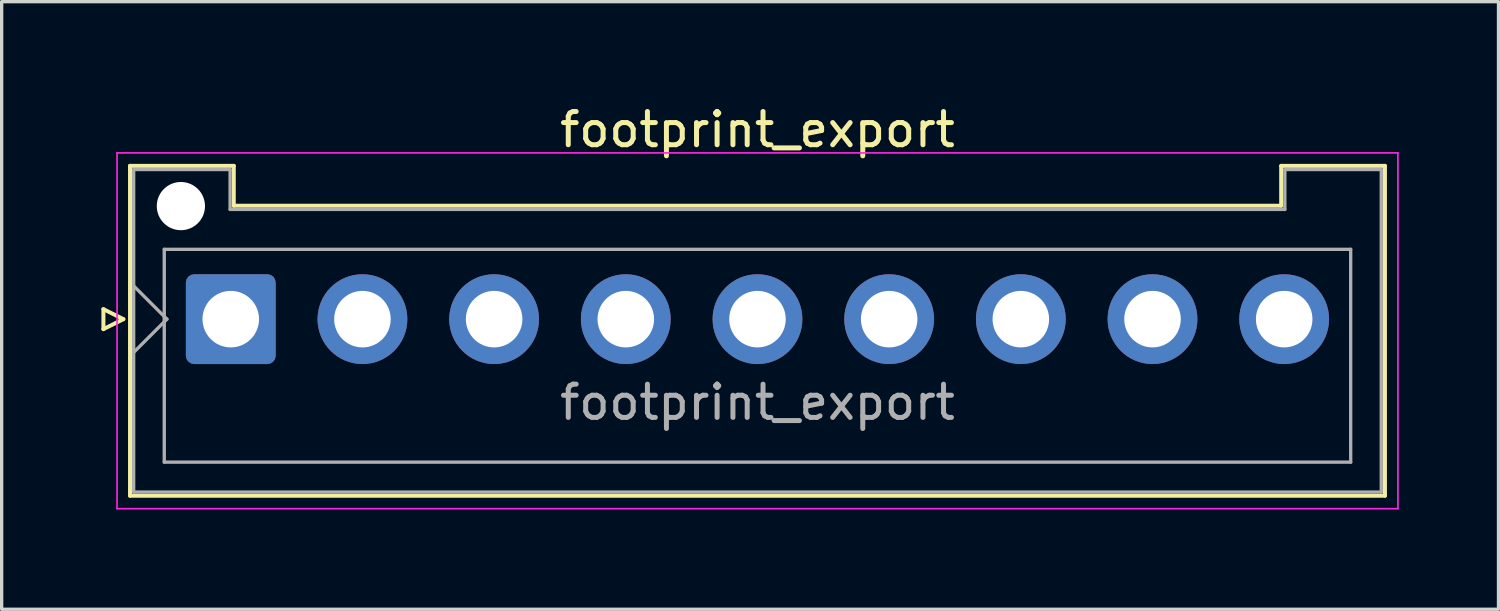
<source format=kicad_pcb>
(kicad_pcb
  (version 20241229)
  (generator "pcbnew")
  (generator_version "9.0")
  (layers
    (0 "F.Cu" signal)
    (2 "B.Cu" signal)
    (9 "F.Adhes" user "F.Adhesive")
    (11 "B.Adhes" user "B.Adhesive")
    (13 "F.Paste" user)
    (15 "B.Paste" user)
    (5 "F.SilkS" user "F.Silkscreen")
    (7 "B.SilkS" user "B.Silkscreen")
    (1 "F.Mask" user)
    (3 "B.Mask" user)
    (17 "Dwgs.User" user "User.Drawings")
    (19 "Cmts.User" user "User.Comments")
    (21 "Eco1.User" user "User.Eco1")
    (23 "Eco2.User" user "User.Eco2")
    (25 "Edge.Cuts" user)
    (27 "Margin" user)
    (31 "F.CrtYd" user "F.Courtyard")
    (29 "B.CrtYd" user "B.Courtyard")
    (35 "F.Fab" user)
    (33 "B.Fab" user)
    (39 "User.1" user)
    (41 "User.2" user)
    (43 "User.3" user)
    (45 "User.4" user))
  (footprint "footprint_export"
    (layer "F.Cu")
    (at 3.89 6.548)
    (property "Reference" "footprint_export" (at 15.84 -5.7 0) (layer "F.SilkS") (effects (font (size 1 1) (thickness 0.15))))
    (attr through_hole)
    (fp_line (start -3.83 -0.3) (end -3.23 0) (stroke (width 0.12) (type solid)) (layer "F.SilkS"))
    (fp_line (start -3.83 0.3) (end -3.83 -0.3) (stroke (width 0.12) (type solid)) (layer "F.SilkS"))
    (fp_line (start -3.23 0) (end -3.83 0.3) (stroke (width 0.12) (type solid)) (layer "F.SilkS"))
    (fp_line (start -3.03 -4.61) (end 0.09 -4.61) (stroke (width 0.12) (type solid)) (layer "F.SilkS"))
    (fp_line (start -3.03 5.31) (end -3.03 -4.61) (stroke (width 0.12) (type solid)) (layer "F.SilkS"))
    (fp_line (start 0.09 -4.61) (end 0.09 -3.41) (stroke (width 0.12) (type solid)) (layer "F.SilkS"))
    (fp_line (start 0.09 -3.41) (end 31.59 -3.41) (stroke (width 0.12) (type solid)) (layer "F.SilkS"))
    (fp_line (start 31.59 -4.61) (end 34.71 -4.61) (stroke (width 0.12) (type solid)) (layer "F.SilkS"))
    (fp_line (start 31.59 -3.41) (end 31.59 -4.61) (stroke (width 0.12) (type solid)) (layer "F.SilkS"))
    (fp_line (start 34.71 -4.61) (end 34.71 5.31) (stroke (width 0.12) (type solid)) (layer "F.SilkS"))
    (fp_line (start 34.71 5.31) (end -3.03 5.31) (stroke (width 0.12) (type solid)) (layer "F.SilkS"))
    (fp_line (start -3.42 -5) (end -3.42 5.7) (stroke (width 0.05) (type solid)) (layer "F.CrtYd"))
    (fp_line (start -3.42 5.7) (end 35.1 5.7) (stroke (width 0.05) (type solid)) (layer "F.CrtYd"))
    (fp_line (start 35.1 -5) (end -3.42 -5) (stroke (width 0.05) (type solid)) (layer "F.CrtYd"))
    (fp_line (start 35.1 5.7) (end 35.1 -5) (stroke (width 0.05) (type solid)) (layer "F.CrtYd"))
    (fp_line (start -2.92 -4.5) (end -0.02 -4.5) (stroke (width 0.1) (type solid)) (layer "F.Fab"))
    (fp_line (start -2.92 -1) (end -1.92 0) (stroke (width 0.1) (type solid)) (layer "F.Fab"))
    (fp_line (start -2.92 1) (end -1.92 0) (stroke (width 0.1) (type solid)) (layer "F.Fab"))
    (fp_line (start -2.92 5.2) (end -2.92 -4.5) (stroke (width 0.1) (type solid)) (layer "F.Fab"))
    (fp_line (start -2 -2.1) (end 33.68 -2.1) (stroke (width 0.1) (type solid)) (layer "F.Fab"))
    (fp_line (start -2 4.3) (end -2 -2.1) (stroke (width 0.1) (type solid)) (layer "F.Fab"))
    (fp_line (start -0.02 -4.5) (end -0.02 -3.3) (stroke (width 0.1) (type solid)) (layer "F.Fab"))
    (fp_line (start -0.02 -3.3) (end 31.7 -3.3) (stroke (width 0.1) (type solid)) (layer "F.Fab"))
    (fp_line (start 31.7 -4.5) (end 34.6 -4.5) (stroke (width 0.1) (type solid)) (layer "F.Fab"))
    (fp_line (start 31.7 -3.3) (end 31.7 -4.5) (stroke (width 0.1) (type solid)) (layer "F.Fab"))
    (fp_line (start 33.68 -2.1) (end 33.68 4.3) (stroke (width 0.1) (type solid)) (layer "F.Fab"))
    (fp_line (start 33.68 4.3) (end -2 4.3) (stroke (width 0.1) (type solid)) (layer "F.Fab"))
    (fp_line (start 34.6 -4.5) (end 34.6 5.2) (stroke (width 0.1) (type solid)) (layer "F.Fab"))
    (fp_line (start 34.6 5.2) (end -2.92 5.2) (stroke (width 0.1) (type solid)) (layer "F.Fab"))
    (fp_text user "${REFERENCE}" (at 15.84 2.5 0) (layer "F.Fab") (effects (font (size 1 1) (thickness 0.15))))
    (pad "" np_thru_hole circle (at -1.5 -3.4) (size 1.45 1.45) (drill 1.45) (layers "*.Cu" "*.Mask"))
    (pad "1" thru_hole roundrect (at 0 0) (size 2.7 2.7) (drill 1.7) (layers "*.Cu" "*.Mask") (roundrect_rratio 0.093))
    (pad "2" thru_hole circle (at 3.96 0) (size 2.7 2.7) (drill 1.7) (layers "*.Cu" "*.Mask"))
    (pad "3" thru_hole circle (at 7.92 0) (size 2.7 2.7) (drill 1.7) (layers "*.Cu" "*.Mask"))
    (pad "4" thru_hole circle (at 11.88 0) (size 2.7 2.7) (drill 1.7) (layers "*.Cu" "*.Mask"))
    (pad "5" thru_hole circle (at 15.84 0) (size 2.7 2.7) (drill 1.7) (layers "*.Cu" "*.Mask"))
    (pad "6" thru_hole circle (at 19.8 0) (size 2.7 2.7) (drill 1.7) (layers "*.Cu" "*.Mask"))
    (pad "7" thru_hole circle (at 23.76 0) (size 2.7 2.7) (drill 1.7) (layers "*.Cu" "*.Mask"))
    (pad "8" thru_hole circle (at 27.72 0) (size 2.7 2.7) (drill 1.7) (layers "*.Cu" "*.Mask"))
    (pad "9" thru_hole circle (at 31.68 0) (size 2.7 2.7) (drill 1.7) (layers "*.Cu" "*.Mask")))
  (gr_rect
    (start -3 -3)
    (end 42.015 15.273)
    (stroke (width 0.1) (type default))
    (fill no)
    (layer "Edge.Cuts")))
</source>
